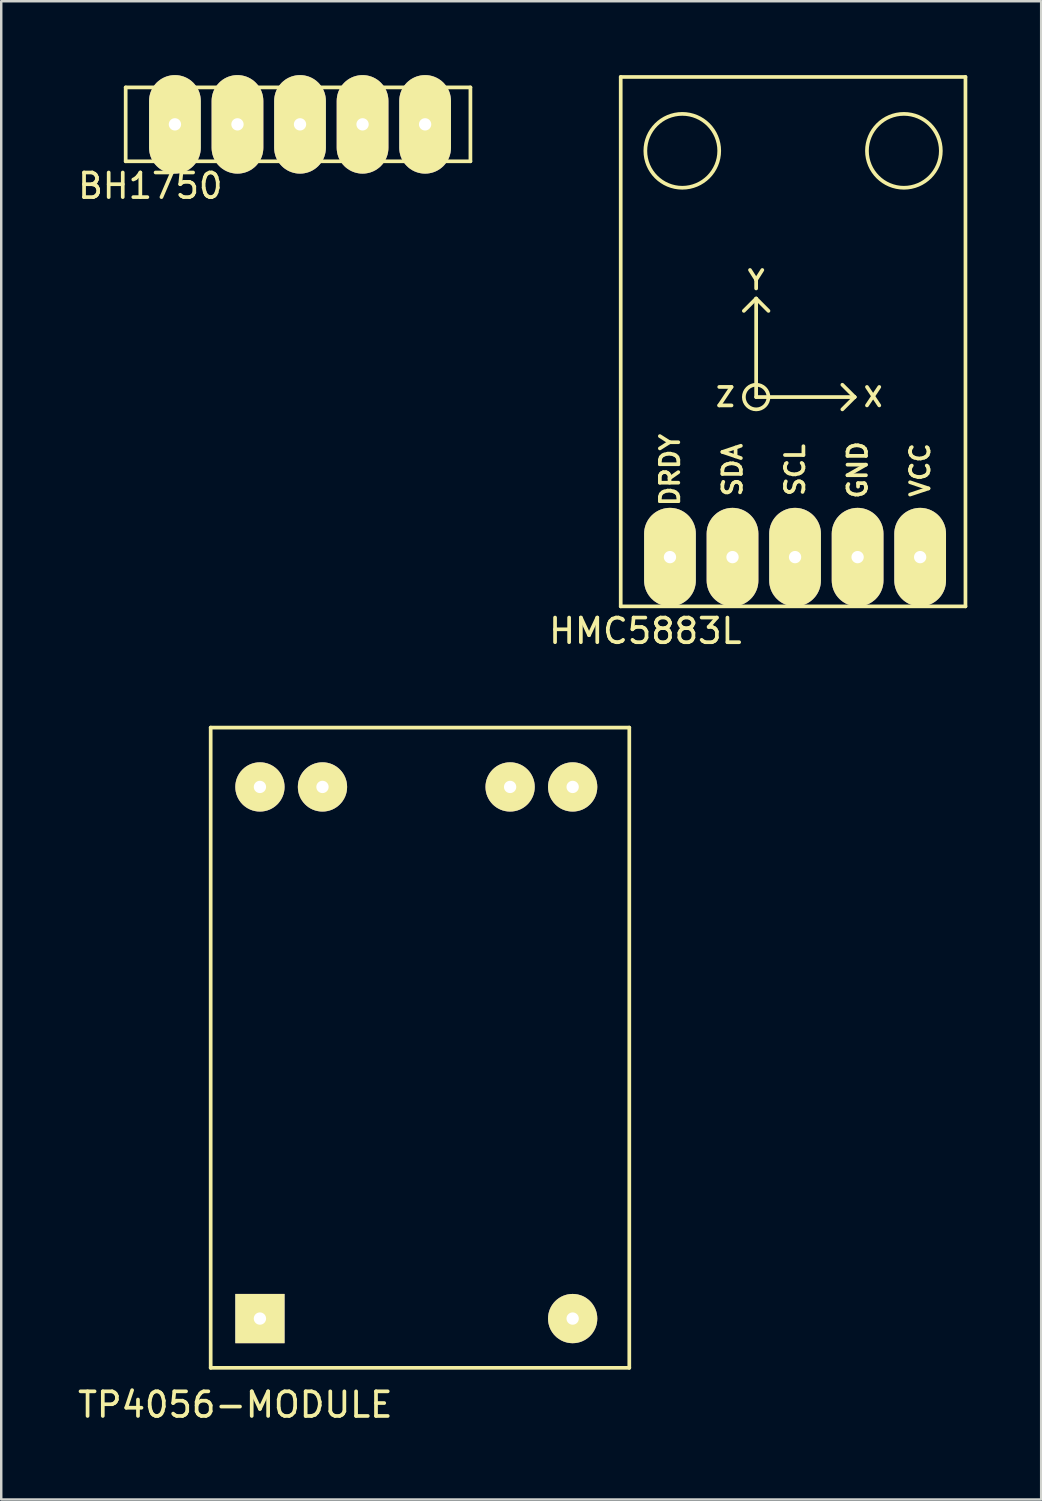
<source format=kicad_pcb>
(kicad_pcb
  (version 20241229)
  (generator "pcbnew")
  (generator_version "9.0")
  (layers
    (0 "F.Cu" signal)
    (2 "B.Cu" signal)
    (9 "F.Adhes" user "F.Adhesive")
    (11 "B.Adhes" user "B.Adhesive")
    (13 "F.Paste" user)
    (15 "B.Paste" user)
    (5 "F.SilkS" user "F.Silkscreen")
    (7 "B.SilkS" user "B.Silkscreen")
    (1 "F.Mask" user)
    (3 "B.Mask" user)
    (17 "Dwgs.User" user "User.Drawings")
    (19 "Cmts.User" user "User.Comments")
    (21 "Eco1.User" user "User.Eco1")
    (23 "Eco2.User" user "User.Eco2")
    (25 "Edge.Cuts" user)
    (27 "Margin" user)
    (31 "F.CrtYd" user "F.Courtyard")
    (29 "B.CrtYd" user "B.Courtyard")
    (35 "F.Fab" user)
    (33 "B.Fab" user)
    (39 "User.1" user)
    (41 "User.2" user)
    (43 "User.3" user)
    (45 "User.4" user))
  (footprint "BH1750"
    (layer "F.Cu")
    (at 4.054 2)
    (property "Reference" "BH1750" (at -1 2.5 0) (layer "F.SilkS") (effects (font (size 1 1) (thickness 0.15))))
    (attr through_hole)
    (fp_line (start -2 -1.5) (end -2 1.5) (stroke (width 0.15) (type solid)) (layer "F.SilkS"))
    (fp_line (start -2 1.5) (end 12 1.5) (stroke (width 0.15) (type solid)) (layer "F.SilkS"))
    (fp_line (start 12 -1.5) (end -2 -1.5) (stroke (width 0.15) (type solid)) (layer "F.SilkS"))
    (fp_line (start 12 1.5) (end 12 -1.5) (stroke (width 0.15) (type solid)) (layer "F.SilkS"))
    (pad "1" thru_hole oval (at 0 0) (size 2.1 4) (drill 0.5) (layers "B.Cu" "B.Mask" "F.SilkS"))
    (pad "2" thru_hole oval (at 2.54 0) (size 2.1 4) (drill 0.5) (layers "B.Cu" "B.Mask" "F.SilkS"))
    (pad "3" thru_hole oval (at 5.08 0) (size 2.1 4) (drill 0.5) (layers "B.Cu" "B.Mask" "F.SilkS"))
    (pad "4" thru_hole oval (at 7.62 0) (size 2.1 4) (drill 0.5) (layers "B.Cu" "B.Mask" "F.SilkS"))
    (pad "5" thru_hole oval (at 10.16 0) (size 2.1 4) (drill 0.5) (layers "B.Cu" "B.Mask" "F.SilkS")))
  (footprint "HMC5883L"
    (layer "F.Cu")
    (at 24.158 19.575)
    (property "Reference" "HMC5883L" (at -1 3 0) (layer "F.SilkS") (effects (font (size 1 1) (thickness 0.15))))
    (attr through_hole)
    (fp_line (start -2 -19.5) (end -2 2) (stroke (width 0.15) (type solid)) (layer "F.SilkS"))
    (fp_line (start -2 2) (end 12 2) (stroke (width 0.15) (type solid)) (layer "F.SilkS"))
    (fp_line (start 3.5 -10.5) (end 3 -10) (stroke (width 0.15) (type solid)) (layer "F.SilkS"))
    (fp_line (start 3.5 -10.5) (end 4 -10) (stroke (width 0.15) (type solid)) (layer "F.SilkS"))
    (fp_line (start 3.5 -6.5) (end 3.5 -10.5) (stroke (width 0.15) (type solid)) (layer "F.SilkS"))
    (fp_line (start 3.5 -6.5) (end 7.5 -6.5) (stroke (width 0.15) (type solid)) (layer "F.SilkS"))
    (fp_line (start 7.5 -6.5) (end 7 -7) (stroke (width 0.15) (type solid)) (layer "F.SilkS"))
    (fp_line (start 7.5 -6.5) (end 7 -6) (stroke (width 0.15) (type solid)) (layer "F.SilkS"))
    (fp_line (start 12 -19.5) (end -2 -19.5) (stroke (width 0.15) (type solid)) (layer "F.SilkS"))
    (fp_line (start 12 2) (end 12 -19.5) (stroke (width 0.15) (type solid)) (layer "F.SilkS"))
    (fp_circle (center 0.5 -16.5) (end 0.5 -18) (stroke (width 0.15) (type solid)) (fill no) (layer "F.SilkS"))
    (fp_circle (center 3.5 -6.5) (end 4 -6.5) (stroke (width 0.15) (type solid)) (fill no) (layer "F.SilkS"))
    (fp_circle (center 9.5 -16.5) (end 9.5 -18) (stroke (width 0.15) (type solid)) (fill no) (layer "F.SilkS"))
    (fp_text user "SCL" (at 5.08 -3.54 90) (layer "F.SilkS") (effects (font (size 0.75 0.75) (thickness 0.15))))
    (fp_text user "Y" (at 3.5 -11.25 0) (layer "F.SilkS") (effects (font (size 0.75 0.75) (thickness 0.15))))
    (fp_text user "DRDY" (at 0 -3.54 90) (layer "F.SilkS") (effects (font (size 0.75 0.75) (thickness 0.15))))
    (fp_text user "SDA" (at 2.54 -3.54 90) (layer "F.SilkS") (effects (font (size 0.75 0.75) (thickness 0.15))))
    (fp_text user "GND" (at 7.62 -3.54 90) (layer "F.SilkS") (effects (font (size 0.75 0.75) (thickness 0.15))))
    (fp_text user "VCC" (at 10.16 -3.54 90) (layer "F.SilkS") (effects (font (size 0.75 0.75) (thickness 0.15))))
    (fp_text user "X" (at 8.25 -6.5 0) (layer "F.SilkS") (effects (font (size 0.75 0.75) (thickness 0.15))))
    (fp_text user "Z" (at 2.25 -6.5 0) (layer "F.SilkS") (effects (font (size 0.75 0.75) (thickness 0.15))))
    (pad "1" thru_hole oval (at 0 0) (size 2.1 4) (drill 0.5) (layers "B.Cu" "B.Mask" "F.SilkS"))
    (pad "2" thru_hole oval (at 2.54 0) (size 2.1 4) (drill 0.5) (layers "B.Cu" "B.Mask" "F.SilkS"))
    (pad "3" thru_hole oval (at 5.08 0) (size 2.1 4) (drill 0.5) (layers "B.Cu" "B.Mask" "F.SilkS"))
    (pad "4" thru_hole oval (at 7.62 0) (size 2.1 4) (drill 0.5) (layers "B.Cu" "B.Mask" "F.SilkS"))
    (pad "5" thru_hole oval (at 10.16 0) (size 2.1 4) (drill 0.5) (layers "B.Cu" "B.Mask" "F.SilkS")))
  (footprint "TP4056-MODULE"
    (layer "F.Cu")
    (at 7.506 50.498)
    (property "Reference" "TP4056-MODULE" (at -1 3.5 0) (layer "F.SilkS") (effects (font (size 1 1) (thickness 0.15))))
    (attr through_hole)
    (fp_line (start -2 -24) (end 15 -24) (stroke (width 0.15) (type solid)) (layer "F.SilkS"))
    (fp_line (start -2 2) (end -2 -24) (stroke (width 0.15) (type solid)) (layer "F.SilkS"))
    (fp_line (start 15 -24) (end 15 2) (stroke (width 0.15) (type solid)) (layer "F.SilkS"))
    (fp_line (start 15 2) (end -2 2) (stroke (width 0.15) (type solid)) (layer "F.SilkS"))
    (pad "1" thru_hole rect (at 0 0 180) (size 2 2) (drill 0.5) (layers "B.Cu" "B.Mask" "F.SilkS"))
    (pad "2" thru_hole circle (at 12.7 0 180) (size 2 2) (drill 0.5) (layers "B.Cu" "B.Mask" "F.SilkS"))
    (pad "3" thru_hole circle (at 0 -21.59 180) (size 2 2) (drill 0.5) (layers "B.Cu" "B.Mask" "F.SilkS"))
    (pad "4" thru_hole circle (at 12.7 -21.59 180) (size 2 2) (drill 0.5) (layers "B.Cu" "B.Mask" "F.SilkS"))
    (pad "5" thru_hole circle (at 2.54 -21.59 180) (size 2 2) (drill 0.5) (layers "B.Cu" "B.Mask" "F.SilkS"))
    (pad "6" thru_hole circle (at 10.16 -21.59 180) (size 2 2) (drill 0.5) (layers "B.Cu" "B.Mask" "F.SilkS")))
  (gr_rect
    (start -3 -3)
    (end 39.233 57.846)
    (stroke (width 0.1) (type default))
    (fill no)
    (layer "Edge.Cuts")))
</source>
